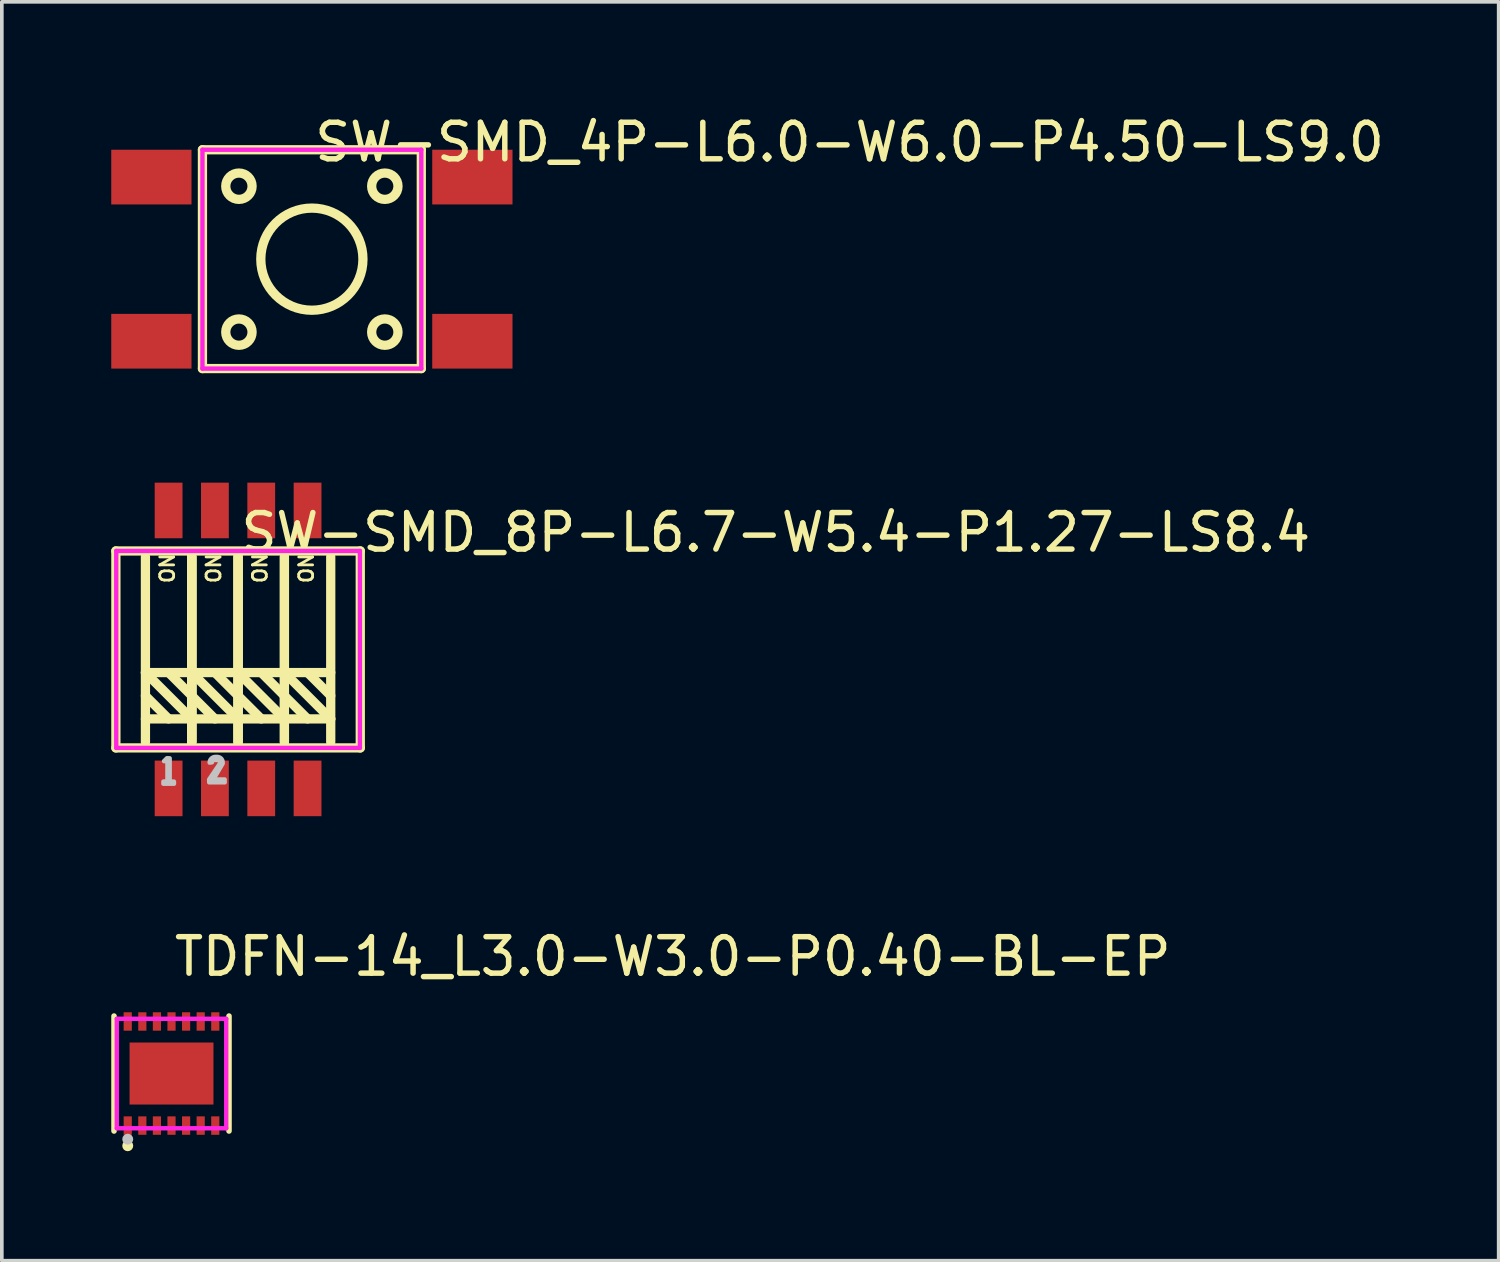
<source format=kicad_pcb>
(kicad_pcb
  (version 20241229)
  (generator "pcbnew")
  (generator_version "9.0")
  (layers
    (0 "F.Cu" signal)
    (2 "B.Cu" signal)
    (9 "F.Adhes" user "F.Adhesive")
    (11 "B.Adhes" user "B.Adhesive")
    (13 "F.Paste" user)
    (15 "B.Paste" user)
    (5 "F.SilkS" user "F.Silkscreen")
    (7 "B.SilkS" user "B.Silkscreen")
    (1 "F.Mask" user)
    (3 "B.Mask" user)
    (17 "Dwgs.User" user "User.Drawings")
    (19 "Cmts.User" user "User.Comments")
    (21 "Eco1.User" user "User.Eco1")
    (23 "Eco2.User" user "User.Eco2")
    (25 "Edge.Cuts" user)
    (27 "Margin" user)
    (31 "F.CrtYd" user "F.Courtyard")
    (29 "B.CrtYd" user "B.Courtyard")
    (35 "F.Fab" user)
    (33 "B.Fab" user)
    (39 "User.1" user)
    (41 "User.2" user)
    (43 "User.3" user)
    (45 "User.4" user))
  (footprint "TDFN-14_L3.0-W3.0-P0.40-BL-EP"
    (layer "F.Cu")
    (at 1.652 26.381)
    (property "Reference" "TDFN-14_L3.0-W3.0-P0.40-BL-EP" (at 0 -3.207 0) (layer "F.SilkS") (effects (font (size 1 1) (thickness 0.15)) (justify left)))
    (attr through_hole)
    (fp_line (start -1.576 1.576) (end -1.576 -1.576) (stroke (width 0.152) (type solid)) (layer "F.SilkS"))
    (fp_line (start 1.576 1.576) (end 1.576 -1.576) (stroke (width 0.152) (type solid)) (layer "F.SilkS"))
    (fp_circle (center -1.2 1.98) (end -1.125 1.98) (stroke (width 0.15) (type solid)) (fill no) (layer "F.SilkS"))
    (fp_circle (center -1.2 1.8) (end -1.125 1.8) (stroke (width 0.15) (type solid)) (fill no) (layer "Dwgs.User"))
    (fp_circle (center -1.5 1.5) (end -1.47 1.5) (stroke (width 0.06) (type solid)) (fill no) (layer "Eco2.User"))
    (fp_poly (pts (xy -1.3 -1.5) (xy -1.3 -1.2) (xy -1.1 -1.2) (xy -1.1 -1.5)) (stroke (width 0.12) (type solid)) (fill no) (layer "Eco2.User"))
    (fp_poly (pts (xy -1.3 1.5) (xy -1.3 1.2) (xy -1.1 1.2) (xy -1.1 1.5)) (stroke (width 0.12) (type solid)) (fill no) (layer "Eco2.User"))
    (fp_poly (pts (xy -0.9 -1.5) (xy -0.9 -1.2) (xy -0.7 -1.2) (xy -0.7 -1.5)) (stroke (width 0.12) (type solid)) (fill no) (layer "Eco2.User"))
    (fp_poly (pts (xy -0.9 1.5) (xy -0.9 1.2) (xy -0.7 1.2) (xy -0.7 1.5)) (stroke (width 0.12) (type solid)) (fill no) (layer "Eco2.User"))
    (fp_poly (pts (xy -0.5 -1.5) (xy -0.5 -1.2) (xy -0.3 -1.2) (xy -0.3 -1.5)) (stroke (width 0.12) (type solid)) (fill no) (layer "Eco2.User"))
    (fp_poly (pts (xy -0.5 1.5) (xy -0.5 1.2) (xy -0.3 1.2) (xy -0.3 1.5)) (stroke (width 0.12) (type solid)) (fill no) (layer "Eco2.User"))
    (fp_poly (pts (xy -0.1 -1.5) (xy -0.1 -1.2) (xy 0.1 -1.2) (xy 0.1 -1.5)) (stroke (width 0.12) (type solid)) (fill no) (layer "Eco2.User"))
    (fp_poly (pts (xy -0.1 1.5) (xy -0.1 1.2) (xy 0.1 1.2) (xy 0.1 1.5)) (stroke (width 0.12) (type solid)) (fill no) (layer "Eco2.User"))
    (fp_poly (pts (xy 0.3 -1.5) (xy 0.3 -1.2) (xy 0.5 -1.2) (xy 0.5 -1.5)) (stroke (width 0.12) (type solid)) (fill no) (layer "Eco2.User"))
    (fp_poly (pts (xy 0.3 1.5) (xy 0.3 1.2) (xy 0.5 1.2) (xy 0.5 1.5)) (stroke (width 0.12) (type solid)) (fill no) (layer "Eco2.User"))
    (fp_poly (pts (xy 0.7 -1.5) (xy 0.7 -1.2) (xy 0.9 -1.2) (xy 0.9 -1.5)) (stroke (width 0.12) (type solid)) (fill no) (layer "Eco2.User"))
    (fp_poly (pts (xy 0.7 1.5) (xy 0.7 1.2) (xy 0.9 1.2) (xy 0.9 1.5)) (stroke (width 0.12) (type solid)) (fill no) (layer "Eco2.User"))
    (fp_poly (pts (xy 1.1 -1.5) (xy 1.1 -1.2) (xy 1.3 -1.2) (xy 1.3 -1.5)) (stroke (width 0.12) (type solid)) (fill no) (layer "Eco2.User"))
    (fp_poly (pts (xy 1.1 1.5) (xy 1.1 1.2) (xy 1.3 1.2) (xy 1.3 1.5)) (stroke (width 0.12) (type solid)) (fill no) (layer "Eco2.User"))
    (fp_poly (pts (xy -1.15 0.68) (xy -1.15 -0.85) (xy 1.15 -0.85) (xy 1.15 0.85) (xy -0.98 0.85)) (stroke (width 0.12) (type solid)) (fill no) (layer "Eco2.User"))
    (fp_line (start -1.5 -1.5) (end 1.5 -1.5) (stroke (width 0.12) (type solid)) (layer "F.CrtYd"))
    (fp_line (start -1.5 1.5) (end -1.5 -1.5) (stroke (width 0.12) (type solid)) (layer "F.CrtYd"))
    (fp_line (start 1.5 -1.5) (end 1.5 1.5) (stroke (width 0.12) (type solid)) (layer "F.CrtYd"))
    (fp_line (start 1.5 1.5) (end -1.5 1.5) (stroke (width 0.12) (type solid)) (layer "F.CrtYd"))
    (pad "1" smd rect (at -1.2 1.427) (size 0.224 0.505) (layers "F.Cu" "F.Mask" "F.Paste"))
    (pad "2" smd rect (at -0.8 1.427) (size 0.224 0.505) (layers "F.Cu" "F.Mask" "F.Paste"))
    (pad "3" smd rect (at -0.4 1.427) (size 0.224 0.505) (layers "F.Cu" "F.Mask" "F.Paste"))
    (pad "4" smd rect (at 0 1.427) (size 0.224 0.505) (layers "F.Cu" "F.Mask" "F.Paste"))
    (pad "5" smd rect (at 0.4 1.427) (size 0.224 0.505) (layers "F.Cu" "F.Mask" "F.Paste"))
    (pad "6" smd rect (at 0.8 1.427) (size 0.224 0.505) (layers "F.Cu" "F.Mask" "F.Paste"))
    (pad "7" smd rect (at 1.2 1.427) (size 0.224 0.505) (layers "F.Cu" "F.Mask" "F.Paste"))
    (pad "8" smd rect (at 1.2 -1.427) (size 0.224 0.505) (layers "F.Cu" "F.Mask" "F.Paste"))
    (pad "9" smd rect (at 0.8 -1.427) (size 0.224 0.505) (layers "F.Cu" "F.Mask" "F.Paste"))
    (pad "10" smd rect (at 0.4 -1.427) (size 0.224 0.505) (layers "F.Cu" "F.Mask" "F.Paste"))
    (pad "11" smd rect (at 0 -1.427) (size 0.224 0.505) (layers "F.Cu" "F.Mask" "F.Paste"))
    (pad "12" smd rect (at -0.4 -1.427) (size 0.224 0.505) (layers "F.Cu" "F.Mask" "F.Paste"))
    (pad "13" smd rect (at -0.8 -1.427) (size 0.224 0.505) (layers "F.Cu" "F.Mask" "F.Paste"))
    (pad "14" smd rect (at -1.2 -1.427) (size 0.224 0.505) (layers "F.Cu" "F.Mask" "F.Paste"))
    (pad "15" smd rect (at 0 0) (size 2.3 1.7) (layers "F.Cu" "F.Mask" "F.Paste")))
  (footprint "SW-SMD_8P-L6.7-W5.4-P1.27-LS8.4"
    (layer "F.Cu")
    (at 3.477 14.754)
    (property "Reference" "SW-SMD_8P-L6.7-W5.4-P1.27-LS8.4" (at 0 -3.207 0) (layer "F.SilkS") (effects (font (size 1 1) (thickness 0.15)) (justify left)))
    (attr through_hole)
    (fp_line (start -3.35 -2.7) (end -3.35 2.7) (stroke (width 0.254) (type solid)) (layer "F.SilkS"))
    (fp_line (start -3.35 2.7) (end 3.35 2.7) (stroke (width 0.254) (type solid)) (layer "F.SilkS"))
    (fp_line (start -2.54 -2.54) (end -2.54 2.54) (stroke (width 0.254) (type solid)) (layer "F.SilkS"))
    (fp_line (start -2.54 0.635) (end -1.27 1.905) (stroke (width 0.254) (type solid)) (layer "F.SilkS"))
    (fp_line (start -2.54 1.27) (end -1.905 1.905) (stroke (width 0.254) (type solid)) (layer "F.SilkS"))
    (fp_line (start -2.54 1.905) (end -1.27 1.905) (stroke (width 0.254) (type solid)) (layer "F.SilkS"))
    (fp_line (start -1.905 0.635) (end -1.27 1.27) (stroke (width 0.254) (type solid)) (layer "F.SilkS"))
    (fp_line (start -1.27 -2.54) (end -1.27 2.54) (stroke (width 0.254) (type solid)) (layer "F.SilkS"))
    (fp_line (start -1.27 -2.54) (end -1.27 2.54) (stroke (width 0.254) (type solid)) (layer "F.SilkS"))
    (fp_line (start -1.27 0.635) (end -2.54 0.635) (stroke (width 0.254) (type solid)) (layer "F.SilkS"))
    (fp_line (start -1.27 0.635) (end 0 0.635) (stroke (width 0.254) (type solid)) (layer "F.SilkS"))
    (fp_line (start -1.27 1.27) (end -0.635 1.905) (stroke (width 0.254) (type solid)) (layer "F.SilkS"))
    (fp_line (start -1.27 1.905) (end 0 1.905) (stroke (width 0.254) (type solid)) (layer "F.SilkS"))
    (fp_line (start -1.27 2.54) (end -1.27 -2.54) (stroke (width 0.254) (type solid)) (layer "F.SilkS"))
    (fp_line (start -1.27 2.54) (end -1.27 -2.54) (stroke (width 0.254) (type solid)) (layer "F.SilkS"))
    (fp_line (start -0.635 0.635) (end 0 1.27) (stroke (width 0.254) (type solid)) (layer "F.SilkS"))
    (fp_line (start 0 -2.54) (end 0 2.54) (stroke (width 0.254) (type solid)) (layer "F.SilkS"))
    (fp_line (start 0 0.635) (end 1.27 0.635) (stroke (width 0.254) (type solid)) (layer "F.SilkS"))
    (fp_line (start 0 0.635) (end 1.27 1.905) (stroke (width 0.254) (type solid)) (layer "F.SilkS"))
    (fp_line (start 0 1.27) (end 0.635 1.905) (stroke (width 0.254) (type solid)) (layer "F.SilkS"))
    (fp_line (start 0 1.905) (end -1.27 0.635) (stroke (width 0.254) (type solid)) (layer "F.SilkS"))
    (fp_line (start 0 2.54) (end 0 -2.54) (stroke (width 0.254) (type solid)) (layer "F.SilkS"))
    (fp_line (start 0 2.54) (end 0 -2.54) (stroke (width 0.254) (type solid)) (layer "F.SilkS"))
    (fp_line (start 0.635 0.635) (end 1.27 1.27) (stroke (width 0.254) (type solid)) (layer "F.SilkS"))
    (fp_line (start 1.27 -2.54) (end 1.27 2.54) (stroke (width 0.254) (type solid)) (layer "F.SilkS"))
    (fp_line (start 1.27 0.635) (end 2.54 0.635) (stroke (width 0.254) (type solid)) (layer "F.SilkS"))
    (fp_line (start 1.27 0.635) (end 2.54 1.905) (stroke (width 0.254) (type solid)) (layer "F.SilkS"))
    (fp_line (start 1.27 1.27) (end 1.905 1.905) (stroke (width 0.254) (type solid)) (layer "F.SilkS"))
    (fp_line (start 1.27 1.905) (end 0 1.905) (stroke (width 0.254) (type solid)) (layer "F.SilkS"))
    (fp_line (start 1.27 2.54) (end 1.27 -2.54) (stroke (width 0.254) (type solid)) (layer "F.SilkS"))
    (fp_line (start 1.905 0.635) (end 2.54 1.27) (stroke (width 0.254) (type solid)) (layer "F.SilkS"))
    (fp_line (start 2.54 -2.54) (end 2.54 2.54) (stroke (width 0.254) (type solid)) (layer "F.SilkS"))
    (fp_line (start 2.54 1.905) (end 1.27 1.905) (stroke (width 0.254) (type solid)) (layer "F.SilkS"))
    (fp_line (start 3.35 -2.7) (end -3.35 -2.7) (stroke (width 0.254) (type solid)) (layer "F.SilkS"))
    (fp_line (start 3.35 2.7) (end 3.35 -2.7) (stroke (width 0.254) (type solid)) (layer "F.SilkS"))
    (fp_poly (pts (xy -2.048 3.683) (xy -2.047 3.622) (xy -1.937 3.622) (xy -1.937 3.078) (xy -1.956 3.058) (xy -2.031 3.063) (xy -1.95 2.982) (xy -1.875 2.984) (xy -1.875 3.621) (xy -1.758 3.623) (xy -1.757 3.683) (xy -2.048 3.683)) (stroke (width 0.12) (type solid)) (fill no) (layer "Dwgs.User"))
    (fp_poly (pts (xy -0.78 3.104) (xy -0.777 3.073) (xy -0.768 3.044) (xy -0.753 3.016) (xy -0.734 2.993) (xy -0.71 2.973) (xy -0.682 2.958) (xy -0.653 2.949) (xy -0.622 2.946) (xy -0.571 2.946) (xy -0.542 2.949) (xy -0.514 2.958) (xy -0.488 2.972) (xy -0.465 2.99) (xy -0.447 3.013) (xy -0.433 3.039) (xy -0.424 3.067) (xy -0.422 3.096) (xy -0.422 3.129) (xy -0.681 3.566) (xy -0.369 3.564) (xy -0.367 3.645) (xy -0.792 3.645) (xy -0.794 3.567) (xy -0.494 3.122) (xy -0.496 3.099) (xy -0.503 3.076) (xy -0.514 3.056) (xy -0.529 3.038) (xy -0.529 3.037) (xy -0.533 3.034) (xy -0.537 3.032) (xy -0.541 3.031) (xy -0.545 3.031) (xy -0.672 3.031) (xy -0.68 3.032) (xy -0.688 3.034) (xy -0.696 3.038) (xy -0.702 3.043) (xy -0.708 3.05) (xy -0.712 3.057) (xy -0.714 3.066) (xy -0.715 3.074) (xy -0.715 3.096)) (stroke (width 0.12) (type solid)) (fill no) (layer "Dwgs.User"))
    (fp_line (start -2.105 -3.355) (end -1.705 -3.355) (stroke (width 0.12) (type solid)) (layer "Eco2.User"))
    (fp_line (start -2.105 -2.69) (end -2.105 -3.355) (stroke (width 0.12) (type solid)) (layer "Eco2.User"))
    (fp_line (start -2.105 2.69) (end -1.705 2.69) (stroke (width 0.12) (type solid)) (layer "Eco2.User"))
    (fp_line (start -2.105 3.355) (end -2.105 2.69) (stroke (width 0.12) (type solid)) (layer "Eco2.User"))
    (fp_line (start -1.705 -3.355) (end -1.705 -2.69) (stroke (width 0.12) (type solid)) (layer "Eco2.User"))
    (fp_line (start -1.705 -2.69) (end -2.105 -2.69) (stroke (width 0.12) (type solid)) (layer "Eco2.User"))
    (fp_line (start -1.705 2.69) (end -1.705 3.355) (stroke (width 0.12) (type solid)) (layer "Eco2.User"))
    (fp_line (start -1.705 3.355) (end -2.105 3.355) (stroke (width 0.12) (type solid)) (layer "Eco2.User"))
    (fp_line (start -0.835 -3.355) (end -0.435 -3.355) (stroke (width 0.12) (type solid)) (layer "Eco2.User"))
    (fp_line (start -0.835 -2.69) (end -0.835 -3.355) (stroke (width 0.12) (type solid)) (layer "Eco2.User"))
    (fp_line (start -0.835 2.69) (end -0.435 2.69) (stroke (width 0.12) (type solid)) (layer "Eco2.User"))
    (fp_line (start -0.835 3.355) (end -0.835 2.69) (stroke (width 0.12) (type solid)) (layer "Eco2.User"))
    (fp_line (start -0.435 -3.355) (end -0.435 -2.69) (stroke (width 0.12) (type solid)) (layer "Eco2.User"))
    (fp_line (start -0.435 -2.69) (end -0.835 -2.69) (stroke (width 0.12) (type solid)) (layer "Eco2.User"))
    (fp_line (start -0.435 2.69) (end -0.435 3.355) (stroke (width 0.12) (type solid)) (layer "Eco2.User"))
    (fp_line (start -0.435 3.355) (end -0.835 3.355) (stroke (width 0.12) (type solid)) (layer "Eco2.User"))
    (fp_line (start 0.435 -3.355) (end 0.835 -3.355) (stroke (width 0.12) (type solid)) (layer "Eco2.User"))
    (fp_line (start 0.435 -2.69) (end 0.435 -3.355) (stroke (width 0.12) (type solid)) (layer "Eco2.User"))
    (fp_line (start 0.435 2.69) (end 0.835 2.69) (stroke (width 0.12) (type solid)) (layer "Eco2.User"))
    (fp_line (start 0.435 3.355) (end 0.435 2.69) (stroke (width 0.12) (type solid)) (layer "Eco2.User"))
    (fp_line (start 0.835 -3.355) (end 0.835 -2.69) (stroke (width 0.12) (type solid)) (layer "Eco2.User"))
    (fp_line (start 0.835 -2.69) (end 0.435 -2.69) (stroke (width 0.12) (type solid)) (layer "Eco2.User"))
    (fp_line (start 0.835 2.69) (end 0.835 3.355) (stroke (width 0.12) (type solid)) (layer "Eco2.User"))
    (fp_line (start 0.835 3.355) (end 0.435 3.355) (stroke (width 0.12) (type solid)) (layer "Eco2.User"))
    (fp_line (start 1.705 -3.355) (end 2.105 -3.355) (stroke (width 0.12) (type solid)) (layer "Eco2.User"))
    (fp_line (start 1.705 -2.69) (end 1.705 -3.355) (stroke (width 0.12) (type solid)) (layer "Eco2.User"))
    (fp_line (start 1.705 2.69) (end 2.105 2.69) (stroke (width 0.12) (type solid)) (layer "Eco2.User"))
    (fp_line (start 1.705 3.355) (end 1.705 2.69) (stroke (width 0.12) (type solid)) (layer "Eco2.User"))
    (fp_line (start 2.105 -3.355) (end 2.105 -2.69) (stroke (width 0.12) (type solid)) (layer "Eco2.User"))
    (fp_line (start 2.105 -2.69) (end 1.705 -2.69) (stroke (width 0.12) (type solid)) (layer "Eco2.User"))
    (fp_line (start 2.105 2.69) (end 2.105 3.355) (stroke (width 0.12) (type solid)) (layer "Eco2.User"))
    (fp_line (start 2.105 3.355) (end 1.705 3.355) (stroke (width 0.12) (type solid)) (layer "Eco2.User"))
    (fp_circle (center -3.34 4.175) (end -3.31 4.175) (stroke (width 0.06) (type solid)) (fill no) (layer "Eco2.User"))
    (fp_poly (pts (xy -1.705 -4.175) (xy -1.705 -3.345) (xy -2.105 -3.345) (xy -2.105 -4.175)) (stroke (width 0.12) (type solid)) (fill no) (layer "Eco2.User"))
    (fp_poly (pts (xy -1.705 3.345) (xy -1.705 4.175) (xy -2.105 4.175) (xy -2.105 3.345)) (stroke (width 0.12) (type solid)) (fill no) (layer "Eco2.User"))
    (fp_poly (pts (xy -0.435 -4.175) (xy -0.435 -3.345) (xy -0.835 -3.345) (xy -0.835 -4.175)) (stroke (width 0.12) (type solid)) (fill no) (layer "Eco2.User"))
    (fp_poly (pts (xy -0.435 3.345) (xy -0.435 4.175) (xy -0.835 4.175) (xy -0.835 3.345)) (stroke (width 0.12) (type solid)) (fill no) (layer "Eco2.User"))
    (fp_poly (pts (xy 0.835 -4.175) (xy 0.835 -3.345) (xy 0.435 -3.345) (xy 0.435 -4.175)) (stroke (width 0.12) (type solid)) (fill no) (layer "Eco2.User"))
    (fp_poly (pts (xy 0.835 3.345) (xy 0.835 4.175) (xy 0.435 4.175) (xy 0.435 3.345)) (stroke (width 0.12) (type solid)) (fill no) (layer "Eco2.User"))
    (fp_poly (pts (xy 2.105 -4.175) (xy 2.105 -3.345) (xy 1.705 -3.345) (xy 1.705 -4.175)) (stroke (width 0.12) (type solid)) (fill no) (layer "Eco2.User"))
    (fp_poly (pts (xy 2.105 3.345) (xy 2.105 4.175) (xy 1.705 4.175) (xy 1.705 3.345)) (stroke (width 0.12) (type solid)) (fill no) (layer "Eco2.User"))
    (fp_line (start -3.34 -2.7) (end 3.34 -2.7) (stroke (width 0.12) (type solid)) (layer "F.CrtYd"))
    (fp_line (start -3.34 2.7) (end -3.34 -2.7) (stroke (width 0.12) (type solid)) (layer "F.CrtYd"))
    (fp_line (start 3.34 -2.7) (end 3.34 2.7) (stroke (width 0.12) (type solid)) (layer "F.CrtYd"))
    (fp_line (start 3.34 2.7) (end -3.34 2.7) (stroke (width 0.12) (type solid)) (layer "F.CrtYd"))
    (fp_text user "ON" (at -1.939 -1.778 270) (layer "F.SilkS") (effects (font (size 0.381 0.381) (thickness 0.076)) (justify left)))
    (fp_text user "ON" (at 0.601 -1.778 270) (layer "F.SilkS") (effects (font (size 0.381 0.381) (thickness 0.076)) (justify left)))
    (fp_text user "ON" (at 1.871 -1.778 270) (layer "F.SilkS") (effects (font (size 0.381 0.381) (thickness 0.076)) (justify left)))
    (fp_text user "ON" (at -0.669 -1.778 270) (layer "F.SilkS") (effects (font (size 0.381 0.381) (thickness 0.076)) (justify left)))
    (pad "1" smd rect (at -1.905 3.81) (size 0.762 1.524) (layers "F.Cu" "F.Mask" "F.Paste"))
    (pad "2" smd rect (at -0.635 3.81) (size 0.762 1.524) (layers "F.Cu" "F.Mask" "F.Paste"))
    (pad "3" smd rect (at 0.635 3.81) (size 0.762 1.524) (layers "F.Cu" "F.Mask" "F.Paste"))
    (pad "4" smd rect (at 1.905 3.81) (size 0.762 1.524) (layers "F.Cu" "F.Mask" "F.Paste"))
    (pad "5" smd rect (at 1.905 -3.81) (size 0.762 1.524) (layers "F.Cu" "F.Mask" "F.Paste"))
    (pad "6" smd rect (at 0.635 -3.81) (size 0.762 1.524) (layers "F.Cu" "F.Mask" "F.Paste"))
    (pad "7" smd rect (at -0.635 -3.81) (size 0.762 1.524) (layers "F.Cu" "F.Mask" "F.Paste"))
    (pad "8" smd rect (at -1.905 -3.81) (size 0.762 1.524) (layers "F.Cu" "F.Mask" "F.Paste")))
  (footprint "SW-SMD_4P-L6.0-W6.0-P4.50-LS9.0"
    (layer "F.Cu")
    (at 5.5 4.055)
    (property "Reference" "SW-SMD_4P-L6.0-W6.0-P4.50-LS9.0" (at 0 -3.207 0) (layer "F.SilkS") (effects (font (size 1 1) (thickness 0.15)) (justify left)))
    (attr through_hole)
    (fp_line (start -3 -3) (end 3 -3) (stroke (width 0.254) (type solid)) (layer "F.SilkS"))
    (fp_line (start -3 3) (end -3 -3) (stroke (width 0.254) (type solid)) (layer "F.SilkS"))
    (fp_line (start 3 -3) (end 3 3) (stroke (width 0.254) (type solid)) (layer "F.SilkS"))
    (fp_line (start 3 3) (end -3 3) (stroke (width 0.254) (type solid)) (layer "F.SilkS"))
    (fp_circle (center -2 -2) (end -1.639 -2) (stroke (width 0.254) (type solid)) (fill no) (layer "F.SilkS"))
    (fp_circle (center -2 2) (end -1.639 2) (stroke (width 0.254) (type solid)) (fill no) (layer "F.SilkS"))
    (fp_circle (center 0 0) (end 1.4 0) (stroke (width 0.254) (type solid)) (fill no) (layer "F.SilkS"))
    (fp_circle (center 2 -2) (end 2.361 -2) (stroke (width 0.254) (type solid)) (fill no) (layer "F.SilkS"))
    (fp_circle (center 2 2) (end 2.361 2) (stroke (width 0.254) (type solid)) (fill no) (layer "F.SilkS"))
    (fp_line (start -3.71 -2.6) (end -2.99 -2.6) (stroke (width 0.12) (type solid)) (layer "Eco2.User"))
    (fp_line (start -3.71 -1.9) (end -3.71 -2.6) (stroke (width 0.12) (type solid)) (layer "Eco2.User"))
    (fp_line (start -3.71 1.9) (end -2.99 1.9) (stroke (width 0.12) (type solid)) (layer "Eco2.User"))
    (fp_line (start -3.71 2.6) (end -3.71 1.9) (stroke (width 0.12) (type solid)) (layer "Eco2.User"))
    (fp_line (start -2.99 -2.6) (end -2.99 -1.9) (stroke (width 0.12) (type solid)) (layer "Eco2.User"))
    (fp_line (start -2.99 -1.9) (end -3.71 -1.9) (stroke (width 0.12) (type solid)) (layer "Eco2.User"))
    (fp_line (start -2.99 1.9) (end -2.99 2.6) (stroke (width 0.12) (type solid)) (layer "Eco2.User"))
    (fp_line (start -2.99 2.6) (end -3.71 2.6) (stroke (width 0.12) (type solid)) (layer "Eco2.User"))
    (fp_line (start 2.99 -2.6) (end 3.71 -2.6) (stroke (width 0.12) (type solid)) (layer "Eco2.User"))
    (fp_line (start 2.99 -1.9) (end 2.99 -2.6) (stroke (width 0.12) (type solid)) (layer "Eco2.User"))
    (fp_line (start 2.99 1.9) (end 3.71 1.9) (stroke (width 0.12) (type solid)) (layer "Eco2.User"))
    (fp_line (start 2.99 2.6) (end 2.99 1.9) (stroke (width 0.12) (type solid)) (layer "Eco2.User"))
    (fp_line (start 3.71 -2.6) (end 3.71 -1.9) (stroke (width 0.12) (type solid)) (layer "Eco2.User"))
    (fp_line (start 3.71 -1.9) (end 2.99 -1.9) (stroke (width 0.12) (type solid)) (layer "Eco2.User"))
    (fp_line (start 3.71 1.9) (end 3.71 2.6) (stroke (width 0.12) (type solid)) (layer "Eco2.User"))
    (fp_line (start 3.71 2.6) (end 2.99 2.6) (stroke (width 0.12) (type solid)) (layer "Eco2.User"))
    (fp_circle (center -4.5 -3) (end -4.47 -3) (stroke (width 0.06) (type solid)) (fill no) (layer "Eco2.User"))
    (fp_poly (pts (xy -4.5 -1.9) (xy -4.5 -2.6) (xy -3.7 -2.6) (xy -3.7 -1.9)) (stroke (width 0.12) (type solid)) (fill no) (layer "Eco2.User"))
    (fp_poly (pts (xy -4.5 2.6) (xy -4.5 1.9) (xy -3.7 1.9) (xy -3.7 2.6)) (stroke (width 0.12) (type solid)) (fill no) (layer "Eco2.User"))
    (fp_poly (pts (xy 3.7 -1.9) (xy 3.7 -2.6) (xy 4.5 -2.6) (xy 4.5 -1.9)) (stroke (width 0.12) (type solid)) (fill no) (layer "Eco2.User"))
    (fp_poly (pts (xy 3.7 2.6) (xy 3.7 1.9) (xy 4.5 1.9) (xy 4.5 2.6)) (stroke (width 0.12) (type solid)) (fill no) (layer "Eco2.User"))
    (fp_line (start -3 -3) (end 3 -3) (stroke (width 0.12) (type solid)) (layer "F.CrtYd"))
    (fp_line (start -3 3) (end -3 -3) (stroke (width 0.12) (type solid)) (layer "F.CrtYd"))
    (fp_line (start 3 -3) (end 3 3) (stroke (width 0.12) (type solid)) (layer "F.CrtYd"))
    (fp_line (start 3 3) (end -3 3) (stroke (width 0.12) (type solid)) (layer "F.CrtYd"))
    (pad "1" smd rect (at -4.4 -2.25) (size 2.2 1.5) (layers "F.Cu" "F.Mask" "F.Paste"))
    (pad "2" smd rect (at -4.4 2.25) (size 2.2 1.5) (layers "F.Cu" "F.Mask" "F.Paste"))
    (pad "3" smd rect (at 4.4 -2.25) (size 2.2 1.5) (layers "F.Cu" "F.Mask" "F.Paste"))
    (pad "4" smd rect (at 4.4 2.25) (size 2.2 1.5) (layers "F.Cu" "F.Mask" "F.Paste")))
  (gr_rect
    (start -3 -3)
    (end 38.036 31.512)
    (stroke (width 0.1) (type default))
    (fill no)
    (layer "Edge.Cuts")))
</source>
